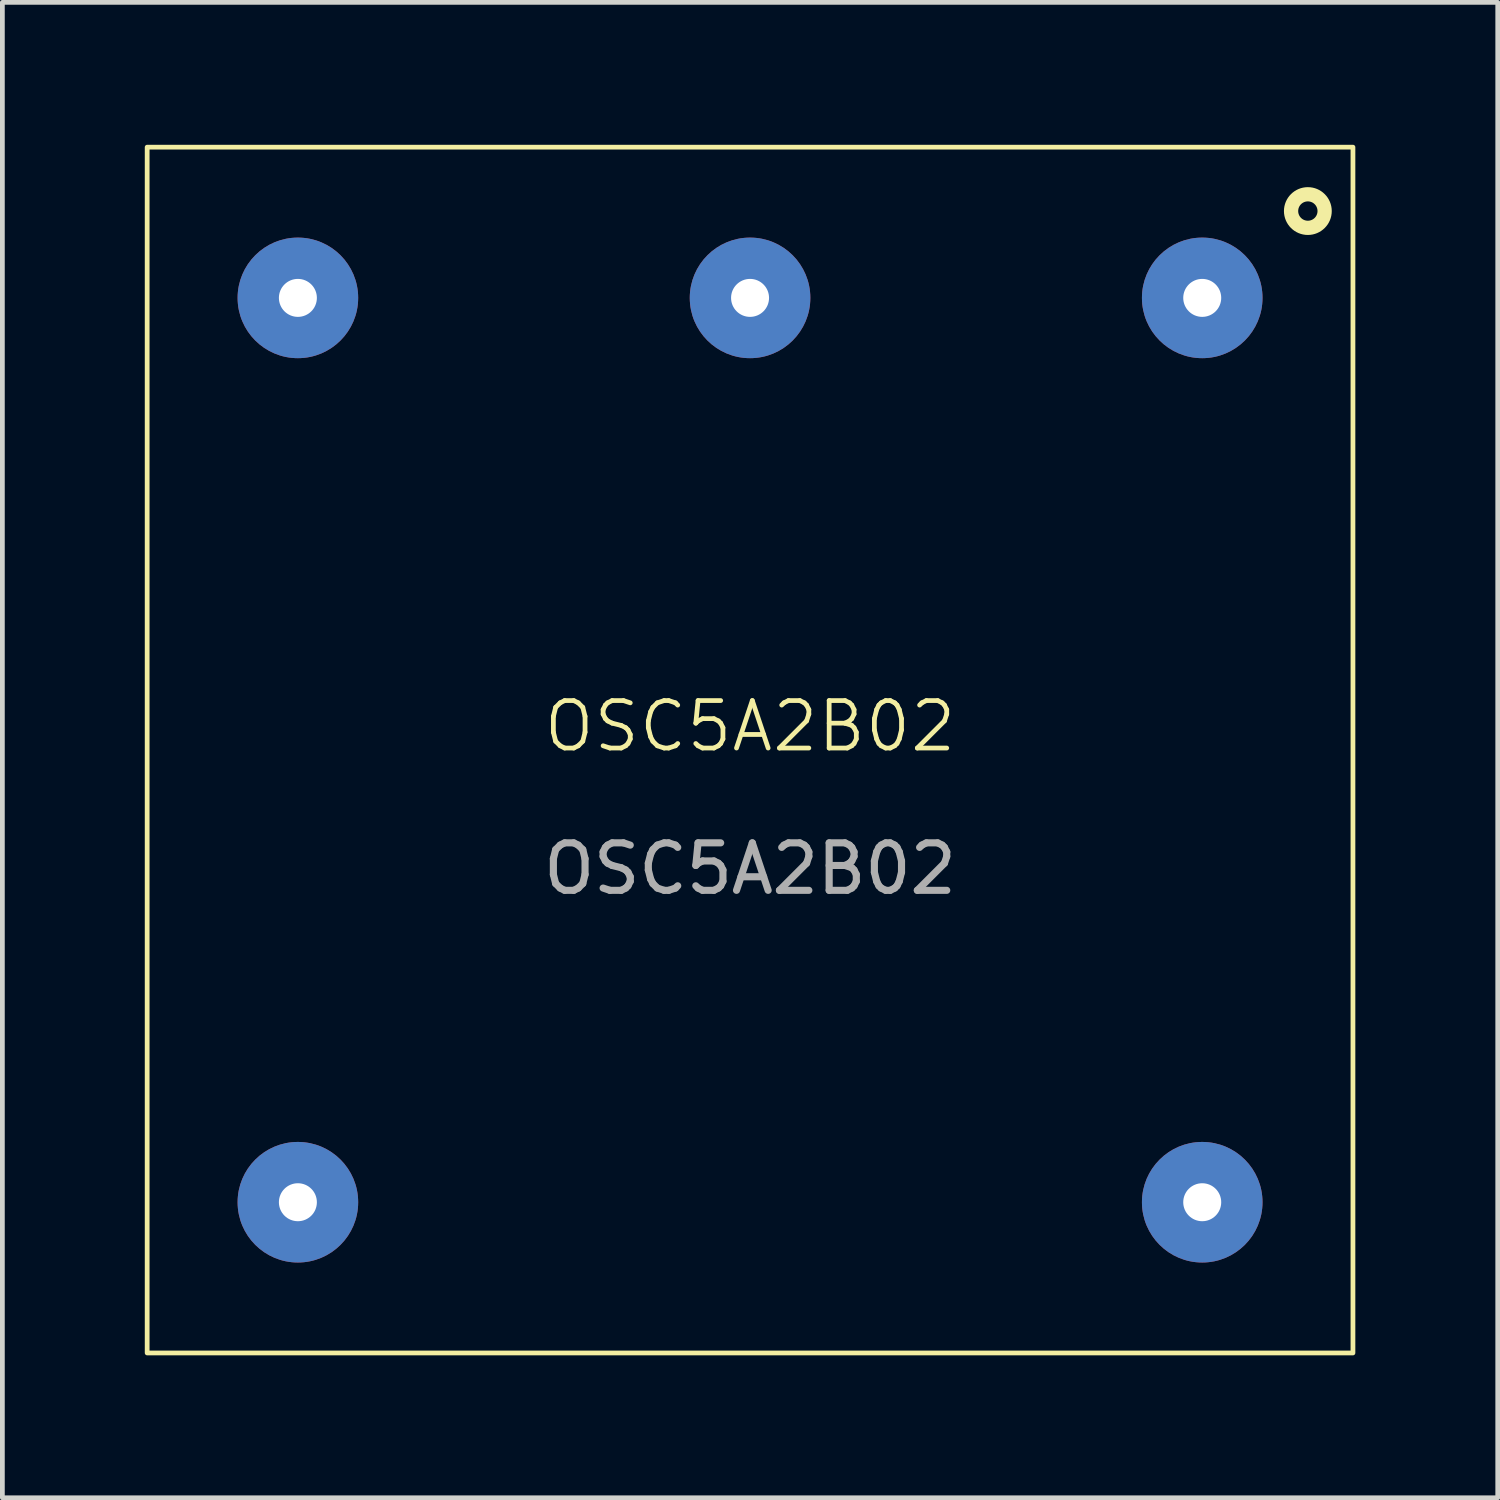
<source format=kicad_pcb>
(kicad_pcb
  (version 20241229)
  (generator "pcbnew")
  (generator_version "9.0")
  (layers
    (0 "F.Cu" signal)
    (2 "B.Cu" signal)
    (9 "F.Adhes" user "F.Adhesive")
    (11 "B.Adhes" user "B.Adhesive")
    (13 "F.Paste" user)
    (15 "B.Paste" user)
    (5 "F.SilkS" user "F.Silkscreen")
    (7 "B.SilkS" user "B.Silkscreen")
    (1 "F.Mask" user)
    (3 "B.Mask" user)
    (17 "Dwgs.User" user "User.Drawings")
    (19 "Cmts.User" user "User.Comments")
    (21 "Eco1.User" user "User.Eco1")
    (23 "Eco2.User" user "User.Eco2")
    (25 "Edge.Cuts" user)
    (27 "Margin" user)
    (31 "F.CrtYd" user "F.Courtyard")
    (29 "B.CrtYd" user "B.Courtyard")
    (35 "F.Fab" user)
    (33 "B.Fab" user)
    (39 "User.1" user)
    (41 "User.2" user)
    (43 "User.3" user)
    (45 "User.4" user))
  (footprint "OSC5A2B02"
    (layer "F.Cu")
    (at 12.75 12.75)
    (property "Reference" "OSC5A2B02" (at 0 -0.5 0) (unlocked yes) (layer "F.SilkS") (effects (font (size 1 1) (thickness 0.1))))
    (attr through_hole)
    (fp_rect (start -12.7 -12.7) (end 12.7 12.7) (stroke (width 0.1) (type solid)) (fill no) (layer "F.SilkS"))
    (fp_circle (center 11.75 -11.354) (end 12 -11.104) (stroke (width 0.3) (type solid)) (fill no) (layer "F.SilkS"))
    (fp_text user "${REFERENCE}" (at 0 2.5 0) (unlocked yes) (layer "F.Fab") (effects (font (size 1 1) (thickness 0.15))))
    (pad "1" thru_hole circle (at 9.525 -9.525) (size 2.54 2.54) (drill 0.8) (layers "*.Cu" "*.Mask"))
    (pad "2" thru_hole circle (at 0 -9.525) (size 2.54 2.54) (drill 0.8) (layers "*.Cu" "*.Mask"))
    (pad "3" thru_hole circle (at -9.525 -9.525) (size 2.54 2.54) (drill 0.8) (layers "*.Cu" "*.Mask"))
    (pad "4" thru_hole circle (at -9.525 9.525) (size 2.54 2.54) (drill 0.8) (layers "*.Cu" "*.Mask"))
    (pad "5" thru_hole circle (at 9.525 9.525) (size 2.54 2.54) (drill 0.8) (layers "*.Cu" "*.Mask")))
  (gr_rect
    (start -3 -3)
    (end 28.5 28.5)
    (stroke (width 0.1) (type default))
    (fill no)
    (layer "Edge.Cuts")))
</source>
